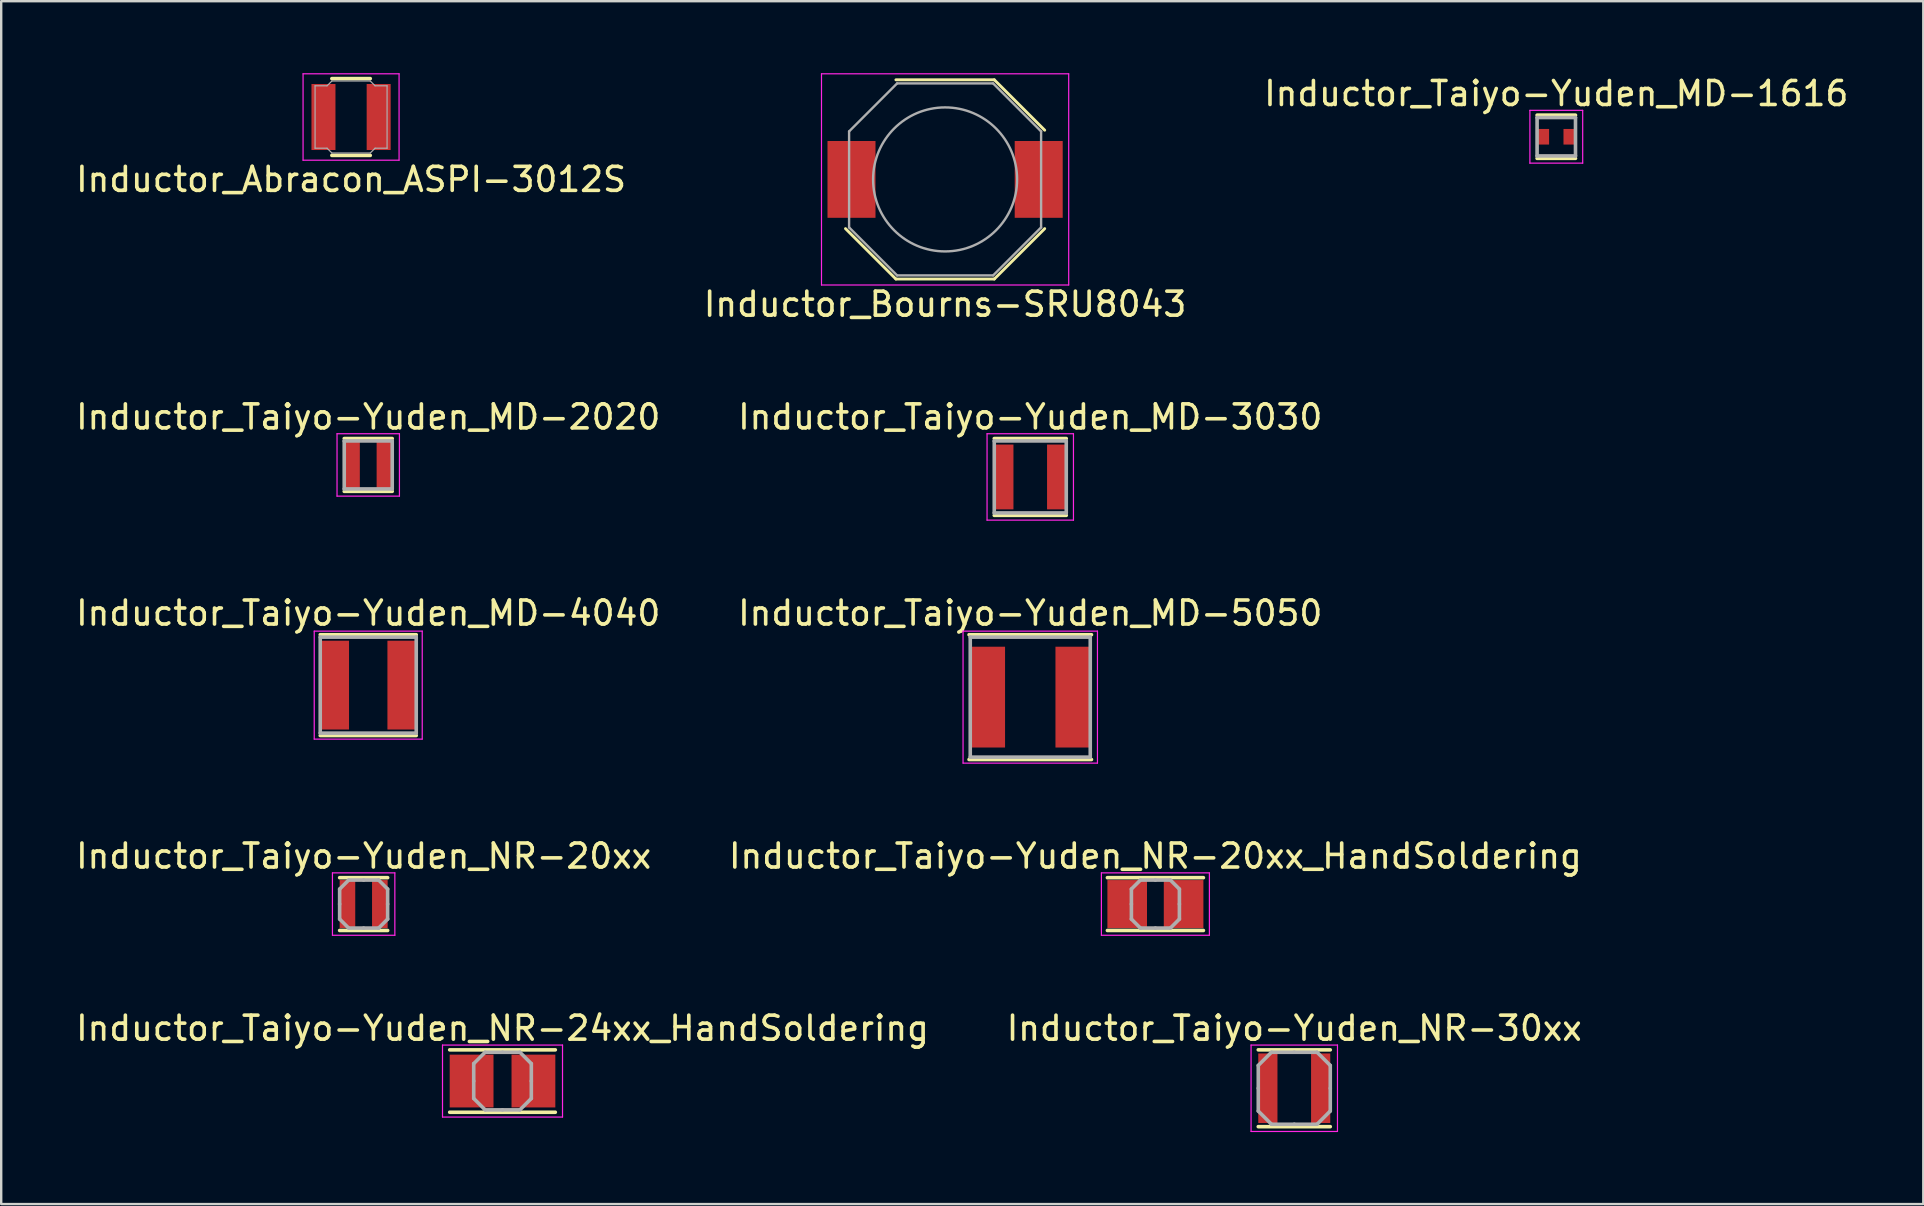
<source format=kicad_pcb>
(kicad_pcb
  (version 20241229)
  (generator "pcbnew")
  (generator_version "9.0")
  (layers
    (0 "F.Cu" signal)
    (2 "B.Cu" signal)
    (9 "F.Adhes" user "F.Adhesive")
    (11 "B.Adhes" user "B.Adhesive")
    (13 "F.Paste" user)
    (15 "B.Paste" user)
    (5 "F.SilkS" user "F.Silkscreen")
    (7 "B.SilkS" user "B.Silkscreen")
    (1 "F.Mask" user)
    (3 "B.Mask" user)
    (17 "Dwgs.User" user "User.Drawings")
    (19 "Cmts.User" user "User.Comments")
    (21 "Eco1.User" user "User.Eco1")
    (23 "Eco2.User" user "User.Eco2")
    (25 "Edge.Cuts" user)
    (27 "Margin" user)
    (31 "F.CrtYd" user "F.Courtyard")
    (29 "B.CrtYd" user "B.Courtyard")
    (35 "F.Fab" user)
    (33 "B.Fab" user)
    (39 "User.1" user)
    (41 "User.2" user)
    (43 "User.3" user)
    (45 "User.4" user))
  (footprint "Inductor_Taiyo-Yuden_MD-2020"
    (layer "F.Cu")
    (at 12.292 16.322)
    (property "Reference" "Inductor_Taiyo-Yuden_MD-2020" (at 0 -2 0) (layer "F.SilkS") (effects (font (size 1 1) (thickness 0.15))))
    (attr smd)
    (fp_line (start -1 -1.1) (end 1 -1.1) (stroke (width 0.15) (type solid)) (layer "F.SilkS"))
    (fp_line (start -1 1.1) (end 1 1.1) (stroke (width 0.15) (type solid)) (layer "F.SilkS"))
    (fp_line (start -1.3 -1.3) (end -1.3 1.3) (stroke (width 0.05) (type solid)) (layer "F.CrtYd"))
    (fp_line (start -1.3 1.3) (end 1.3 1.3) (stroke (width 0.05) (type solid)) (layer "F.CrtYd"))
    (fp_line (start 1.3 -1.3) (end -1.3 -1.3) (stroke (width 0.05) (type solid)) (layer "F.CrtYd"))
    (fp_line (start 1.3 1.3) (end 1.3 -1.3) (stroke (width 0.05) (type solid)) (layer "F.CrtYd"))
    (fp_line (start -1 -1) (end -1 1) (stroke (width 0.15) (type solid)) (layer "F.Fab"))
    (fp_line (start -1 1) (end 1 1) (stroke (width 0.15) (type solid)) (layer "F.Fab"))
    (fp_line (start 1 -1) (end -1 -1) (stroke (width 0.15) (type solid)) (layer "F.Fab"))
    (fp_line (start 1 1) (end 1 -1) (stroke (width 0.15) (type solid)) (layer "F.Fab"))
    (pad "1" smd rect (at -0.675 0) (size 0.65 2) (layers "F.Cu" "F.Mask" "F.Paste"))
    (pad "2" smd rect (at 0.675 0) (size 0.65 2) (layers "F.Cu" "F.Mask" "F.Paste")))
  (footprint "Inductor_Taiyo-Yuden_MD-4040"
    (layer "F.Cu")
    (at 12.292 25.495)
    (property "Reference" "Inductor_Taiyo-Yuden_MD-4040" (at 0 -3 0) (layer "F.SilkS") (effects (font (size 1 1) (thickness 0.15))))
    (attr smd)
    (fp_line (start -2 -2.1) (end 2 -2.1) (stroke (width 0.15) (type solid)) (layer "F.SilkS"))
    (fp_line (start -2 2.1) (end 2 2.1) (stroke (width 0.15) (type solid)) (layer "F.SilkS"))
    (fp_line (start -2.25 -2.25) (end -2.25 2.25) (stroke (width 0.05) (type solid)) (layer "F.CrtYd"))
    (fp_line (start -2.25 2.25) (end 2.25 2.25) (stroke (width 0.05) (type solid)) (layer "F.CrtYd"))
    (fp_line (start 2.25 -2.25) (end -2.25 -2.25) (stroke (width 0.05) (type solid)) (layer "F.CrtYd"))
    (fp_line (start 2.25 2.25) (end 2.25 -2.25) (stroke (width 0.05) (type solid)) (layer "F.CrtYd"))
    (fp_line (start -2 -2) (end -2 2) (stroke (width 0.15) (type solid)) (layer "F.Fab"))
    (fp_line (start -2 2) (end 2 2) (stroke (width 0.15) (type solid)) (layer "F.Fab"))
    (fp_line (start 2 -2) (end -2 -2) (stroke (width 0.15) (type solid)) (layer "F.Fab"))
    (fp_line (start 2 2) (end 2 -2) (stroke (width 0.15) (type solid)) (layer "F.Fab"))
    (pad "1" smd rect (at -1.4 0) (size 1.2 3.7) (layers "F.Cu" "F.Mask" "F.Paste"))
    (pad "2" smd rect (at 1.4 0) (size 1.2 3.7) (layers "F.Cu" "F.Mask" "F.Paste")))
  (footprint "Inductor_Taiyo-Yuden_NR-20xx_HandSoldering"
    (layer "F.Cu")
    (at 45.089 34.618)
    (property "Reference" "Inductor_Taiyo-Yuden_NR-20xx_HandSoldering" (at 0 -2 0) (layer "F.SilkS") (effects (font (size 1 1) (thickness 0.15))))
    (attr smd)
    (fp_line (start -2 -1.1) (end 2 -1.1) (stroke (width 0.15) (type solid)) (layer "F.SilkS"))
    (fp_line (start -2 1.1) (end 2 1.1) (stroke (width 0.15) (type solid)) (layer "F.SilkS"))
    (fp_line (start -2.25 -1.3) (end -2.25 1.3) (stroke (width 0.05) (type solid)) (layer "F.CrtYd"))
    (fp_line (start -2.25 1.3) (end 2.25 1.3) (stroke (width 0.05) (type solid)) (layer "F.CrtYd"))
    (fp_line (start 2.25 -1.3) (end -2.25 -1.3) (stroke (width 0.05) (type solid)) (layer "F.CrtYd"))
    (fp_line (start 2.25 1.3) (end 2.25 -1.3) (stroke (width 0.05) (type solid)) (layer "F.CrtYd"))
    (fp_line (start -1 -0.625) (end -0.625 -1) (stroke (width 0.15) (type solid)) (layer "F.Fab"))
    (fp_line (start -1 0) (end -1 -0.625) (stroke (width 0.15) (type solid)) (layer "F.Fab"))
    (fp_line (start -1 0) (end -1 0.625) (stroke (width 0.15) (type solid)) (layer "F.Fab"))
    (fp_line (start -1 0.625) (end -0.625 1) (stroke (width 0.15) (type solid)) (layer "F.Fab"))
    (fp_line (start -0.625 -1) (end 0 -1) (stroke (width 0.15) (type solid)) (layer "F.Fab"))
    (fp_line (start -0.625 1) (end 0 1) (stroke (width 0.15) (type solid)) (layer "F.Fab"))
    (fp_line (start 0.625 -1) (end 0 -1) (stroke (width 0.15) (type solid)) (layer "F.Fab"))
    (fp_line (start 0.625 1) (end 0 1) (stroke (width 0.15) (type solid)) (layer "F.Fab"))
    (fp_line (start 1 -0.625) (end 0.625 -1) (stroke (width 0.15) (type solid)) (layer "F.Fab"))
    (fp_line (start 1 0) (end 1 -0.625) (stroke (width 0.15) (type solid)) (layer "F.Fab"))
    (fp_line (start 1 0) (end 1 0.625) (stroke (width 0.15) (type solid)) (layer "F.Fab"))
    (fp_line (start 1 0.625) (end 0.625 1) (stroke (width 0.15) (type solid)) (layer "F.Fab"))
    (pad "1" smd rect (at -1.175 0) (size 1.65 2) (layers "F.Cu" "F.Mask" "F.Paste"))
    (pad "2" smd rect (at 1.175 0) (size 1.65 2) (layers "F.Cu" "F.Mask" "F.Paste")))
  (footprint "Inductor_Bourns-SRU8043"
    (layer "F.Cu")
    (at 36.327 4.425)
    (property "Reference" "Inductor_Bourns-SRU8043" (at 0 5.2 0) (layer "F.SilkS") (effects (font (size 1 1) (thickness 0.15))))
    (attr smd)
    (fp_line (start -2.05 -4.15) (end 2.05 -4.15) (stroke (width 0.12) (type solid)) (layer "F.SilkS"))
    (fp_line (start -2.05 4.15) (end -4.15 2.05) (stroke (width 0.12) (type solid)) (layer "F.SilkS"))
    (fp_line (start 2.05 -4.15) (end 4.15 -2.05) (stroke (width 0.12) (type solid)) (layer "F.SilkS"))
    (fp_line (start 2.05 4.15) (end -2.05 4.15) (stroke (width 0.12) (type solid)) (layer "F.SilkS"))
    (fp_line (start 2.05 4.15) (end 4.15 2.05) (stroke (width 0.12) (type solid)) (layer "F.SilkS"))
    (fp_line (start -5.15 -4.4) (end 5.15 -4.4) (stroke (width 0.05) (type solid)) (layer "F.CrtYd"))
    (fp_line (start -5.15 4.4) (end -5.15 -4.4) (stroke (width 0.05) (type solid)) (layer "F.CrtYd"))
    (fp_line (start 5.15 -4.4) (end 5.15 4.4) (stroke (width 0.05) (type solid)) (layer "F.CrtYd"))
    (fp_line (start 5.15 4.4) (end -5.15 4.4) (stroke (width 0.05) (type solid)) (layer "F.CrtYd"))
    (fp_line (start -4 -2) (end -2 -4) (stroke (width 0.1) (type solid)) (layer "F.Fab"))
    (fp_line (start -4 2) (end -4 -2) (stroke (width 0.1) (type solid)) (layer "F.Fab"))
    (fp_line (start -2 -4) (end 2 -4) (stroke (width 0.1) (type solid)) (layer "F.Fab"))
    (fp_line (start -2 4) (end -4 2) (stroke (width 0.1) (type solid)) (layer "F.Fab"))
    (fp_line (start 2 -4) (end 4 -2) (stroke (width 0.1) (type solid)) (layer "F.Fab"))
    (fp_line (start 2 4) (end -2 4) (stroke (width 0.1) (type solid)) (layer "F.Fab"))
    (fp_line (start 4 -2) (end 4 2) (stroke (width 0.1) (type solid)) (layer "F.Fab"))
    (fp_line (start 4 2) (end 2 4) (stroke (width 0.1) (type solid)) (layer "F.Fab"))
    (fp_circle (center 0 0) (end 0 -3) (stroke (width 0.1) (type solid)) (fill no) (layer "F.Fab"))
    (pad "1" smd rect (at -3.9 0) (size 2 3.2) (layers "F.Cu" "F.Mask" "F.Paste"))
    (pad "2" smd rect (at 3.9 0) (size 2 3.2) (layers "F.Cu" "F.Mask" "F.Paste")))
  (footprint "Inductor_Taiyo-Yuden_MD-3030"
    (layer "F.Cu")
    (at 39.875 16.822)
    (property "Reference" "Inductor_Taiyo-Yuden_MD-3030" (at 0 -2.5 0) (layer "F.SilkS") (effects (font (size 1 1) (thickness 0.15))))
    (attr smd)
    (fp_line (start -1.5 -1.6) (end 1.5 -1.6) (stroke (width 0.15) (type solid)) (layer "F.SilkS"))
    (fp_line (start -1.5 1.6) (end 1.5 1.6) (stroke (width 0.15) (type solid)) (layer "F.SilkS"))
    (fp_line (start -1.8 -1.8) (end -1.8 1.8) (stroke (width 0.05) (type solid)) (layer "F.CrtYd"))
    (fp_line (start -1.8 1.8) (end 1.8 1.8) (stroke (width 0.05) (type solid)) (layer "F.CrtYd"))
    (fp_line (start 1.8 -1.8) (end -1.8 -1.8) (stroke (width 0.05) (type solid)) (layer "F.CrtYd"))
    (fp_line (start 1.8 1.8) (end 1.8 -1.8) (stroke (width 0.05) (type solid)) (layer "F.CrtYd"))
    (fp_line (start -1.5 -1.5) (end -1.5 1.5) (stroke (width 0.15) (type solid)) (layer "F.Fab"))
    (fp_line (start -1.5 1.5) (end 1.5 1.5) (stroke (width 0.15) (type solid)) (layer "F.Fab"))
    (fp_line (start 1.5 -1.5) (end -1.5 -1.5) (stroke (width 0.15) (type solid)) (layer "F.Fab"))
    (fp_line (start 1.5 1.5) (end 1.5 -1.5) (stroke (width 0.15) (type solid)) (layer "F.Fab"))
    (pad "1" smd rect (at -1.1 0) (size 0.8 2.7) (layers "F.Cu" "F.Mask" "F.Paste"))
    (pad "2" smd rect (at 1.1 0) (size 0.8 2.7) (layers "F.Cu" "F.Mask" "F.Paste")))
  (footprint "Inductor_Taiyo-Yuden_NR-24xx_HandSoldering"
    (layer "F.Cu")
    (at 17.887 41.991)
    (property "Reference" "Inductor_Taiyo-Yuden_NR-24xx_HandSoldering" (at 0 -2.2 0) (layer "F.SilkS") (effects (font (size 1 1) (thickness 0.15))))
    (attr smd)
    (fp_line (start -2.2 -1.3) (end 2.2 -1.3) (stroke (width 0.15) (type solid)) (layer "F.SilkS"))
    (fp_line (start -2.2 1.3) (end 2.2 1.3) (stroke (width 0.15) (type solid)) (layer "F.SilkS"))
    (fp_line (start -2.5 -1.5) (end -2.5 1.5) (stroke (width 0.05) (type solid)) (layer "F.CrtYd"))
    (fp_line (start -2.5 1.5) (end 2.5 1.5) (stroke (width 0.05) (type solid)) (layer "F.CrtYd"))
    (fp_line (start 2.5 -1.5) (end -2.5 -1.5) (stroke (width 0.05) (type solid)) (layer "F.CrtYd"))
    (fp_line (start 2.5 1.5) (end 2.5 -1.5) (stroke (width 0.05) (type solid)) (layer "F.CrtYd"))
    (fp_line (start -1.2 -0.725) (end -0.725 -1.2) (stroke (width 0.15) (type solid)) (layer "F.Fab"))
    (fp_line (start -1.2 0) (end -1.2 -0.725) (stroke (width 0.15) (type solid)) (layer "F.Fab"))
    (fp_line (start -1.2 0) (end -1.2 0.725) (stroke (width 0.15) (type solid)) (layer "F.Fab"))
    (fp_line (start -1.2 0.725) (end -0.725 1.2) (stroke (width 0.15) (type solid)) (layer "F.Fab"))
    (fp_line (start -0.725 -1.2) (end 0 -1.2) (stroke (width 0.15) (type solid)) (layer "F.Fab"))
    (fp_line (start -0.725 1.2) (end 0 1.2) (stroke (width 0.15) (type solid)) (layer "F.Fab"))
    (fp_line (start 0.725 -1.2) (end 0 -1.2) (stroke (width 0.15) (type solid)) (layer "F.Fab"))
    (fp_line (start 0.725 1.2) (end 0 1.2) (stroke (width 0.15) (type solid)) (layer "F.Fab"))
    (fp_line (start 1.2 -0.725) (end 0.725 -1.2) (stroke (width 0.15) (type solid)) (layer "F.Fab"))
    (fp_line (start 1.2 0) (end 1.2 -0.725) (stroke (width 0.15) (type solid)) (layer "F.Fab"))
    (fp_line (start 1.2 0) (end 1.2 0.725) (stroke (width 0.15) (type solid)) (layer "F.Fab"))
    (fp_line (start 1.2 0.725) (end 0.725 1.2) (stroke (width 0.15) (type solid)) (layer "F.Fab"))
    (pad "1" smd rect (at -1.288 0) (size 1.825 2.2) (layers "F.Cu" "F.Mask" "F.Paste"))
    (pad "2" smd rect (at 1.288 0) (size 1.825 2.2) (layers "F.Cu" "F.Mask" "F.Paste")))
  (footprint "Inductor_Taiyo-Yuden_NR-20xx"
    (layer "F.Cu")
    (at 12.101 34.618)
    (property "Reference" "Inductor_Taiyo-Yuden_NR-20xx" (at 0 -2 0) (layer "F.SilkS") (effects (font (size 1 1) (thickness 0.15))))
    (attr smd)
    (fp_line (start -1 -1.1) (end 1 -1.1) (stroke (width 0.15) (type solid)) (layer "F.SilkS"))
    (fp_line (start -1 1.1) (end 1 1.1) (stroke (width 0.15) (type solid)) (layer "F.SilkS"))
    (fp_line (start -1.3 -1.3) (end -1.3 1.3) (stroke (width 0.05) (type solid)) (layer "F.CrtYd"))
    (fp_line (start -1.3 1.3) (end 1.3 1.3) (stroke (width 0.05) (type solid)) (layer "F.CrtYd"))
    (fp_line (start 1.3 -1.3) (end -1.3 -1.3) (stroke (width 0.05) (type solid)) (layer "F.CrtYd"))
    (fp_line (start 1.3 1.3) (end 1.3 -1.3) (stroke (width 0.05) (type solid)) (layer "F.CrtYd"))
    (fp_line (start -1 -0.625) (end -0.625 -1) (stroke (width 0.15) (type solid)) (layer "F.Fab"))
    (fp_line (start -1 0) (end -1 -0.625) (stroke (width 0.15) (type solid)) (layer "F.Fab"))
    (fp_line (start -1 0) (end -1 0.625) (stroke (width 0.15) (type solid)) (layer "F.Fab"))
    (fp_line (start -1 0.625) (end -0.625 1) (stroke (width 0.15) (type solid)) (layer "F.Fab"))
    (fp_line (start -0.625 -1) (end 0 -1) (stroke (width 0.15) (type solid)) (layer "F.Fab"))
    (fp_line (start -0.625 1) (end 0 1) (stroke (width 0.15) (type solid)) (layer "F.Fab"))
    (fp_line (start 0.625 -1) (end 0 -1) (stroke (width 0.15) (type solid)) (layer "F.Fab"))
    (fp_line (start 0.625 1) (end 0 1) (stroke (width 0.15) (type solid)) (layer "F.Fab"))
    (fp_line (start 1 -0.625) (end 0.625 -1) (stroke (width 0.15) (type solid)) (layer "F.Fab"))
    (fp_line (start 1 0) (end 1 -0.625) (stroke (width 0.15) (type solid)) (layer "F.Fab"))
    (fp_line (start 1 0) (end 1 0.625) (stroke (width 0.15) (type solid)) (layer "F.Fab"))
    (fp_line (start 1 0.625) (end 0.625 1) (stroke (width 0.15) (type solid)) (layer "F.Fab"))
    (pad "1" smd rect (at -0.675 0) (size 0.65 2) (layers "F.Cu" "F.Mask" "F.Paste"))
    (pad "2" smd rect (at 0.675 0) (size 0.65 2) (layers "F.Cu" "F.Mask" "F.Paste")))
  (footprint "Inductor_Abracon_ASPI-3012S"
    (layer "F.Cu")
    (at 11.577 1.825)
    (property "Reference" "Inductor_Abracon_ASPI-3012S" (at 0 2.6 0) (layer "F.SilkS") (effects (font (size 1 1) (thickness 0.15))))
    (attr smd)
    (fp_line (start -0.8 -1.6) (end 0.8 -1.6) (stroke (width 0.15) (type solid)) (layer "F.SilkS"))
    (fp_line (start -0.8 1.6) (end 0.8 1.6) (stroke (width 0.15) (type solid)) (layer "F.SilkS"))
    (fp_line (start -2 -1.8) (end -2 1.8) (stroke (width 0.05) (type solid)) (layer "F.CrtYd"))
    (fp_line (start -2 1.8) (end 2 1.8) (stroke (width 0.05) (type solid)) (layer "F.CrtYd"))
    (fp_line (start 2 -1.8) (end -2 -1.8) (stroke (width 0.05) (type solid)) (layer "F.CrtYd"))
    (fp_line (start 2 1.8) (end 2 -1.8) (stroke (width 0.05) (type solid)) (layer "F.CrtYd"))
    (fp_line (start -1.5 -1.3) (end -1.5 1.3) (stroke (width 0.05) (type solid)) (layer "F.Fab"))
    (fp_line (start -1.5 1.3) (end -1 1.3) (stroke (width 0.05) (type solid)) (layer "F.Fab"))
    (fp_line (start -1 -1.3) (end -1.5 -1.3) (stroke (width 0.05) (type solid)) (layer "F.Fab"))
    (fp_line (start -1 1.3) (end -0.8 1.5) (stroke (width 0.05) (type solid)) (layer "F.Fab"))
    (fp_line (start -0.8 -1.5) (end -1 -1.3) (stroke (width 0.05) (type solid)) (layer "F.Fab"))
    (fp_line (start -0.8 1.5) (end 0.8 1.5) (stroke (width 0.05) (type solid)) (layer "F.Fab"))
    (fp_line (start 0.8 -1.5) (end -0.8 -1.5) (stroke (width 0.05) (type solid)) (layer "F.Fab"))
    (fp_line (start 0.8 1.5) (end 1 1.3) (stroke (width 0.05) (type solid)) (layer "F.Fab"))
    (fp_line (start 1 -1.3) (end 0.8 -1.5) (stroke (width 0.05) (type solid)) (layer "F.Fab"))
    (fp_line (start 1 1.3) (end 1.5 1.3) (stroke (width 0.05) (type solid)) (layer "F.Fab"))
    (fp_line (start 1.5 -1.3) (end 1 -1.3) (stroke (width 0.05) (type solid)) (layer "F.Fab"))
    (fp_line (start 1.5 1.3) (end 1.5 -1.3) (stroke (width 0.05) (type solid)) (layer "F.Fab"))
    (pad "1" smd rect (at -1.15 0) (size 1 2.75) (layers "F.Cu" "F.Mask" "F.Paste"))
    (pad "2" smd rect (at 1.15 0) (size 1 2.75) (layers "F.Cu" "F.Mask" "F.Paste")))
  (footprint "Inductor_Taiyo-Yuden_MD-5050"
    (layer "F.Cu")
    (at 39.875 25.995)
    (property "Reference" "Inductor_Taiyo-Yuden_MD-5050" (at 0 -3.5 0) (layer "F.SilkS") (effects (font (size 1 1) (thickness 0.15))))
    (attr smd)
    (fp_line (start -2.55 -2.6) (end 2.55 -2.6) (stroke (width 0.15) (type solid)) (layer "F.SilkS"))
    (fp_line (start -2.55 2.6) (end 2.55 2.6) (stroke (width 0.15) (type solid)) (layer "F.SilkS"))
    (fp_line (start -2.8 -2.75) (end -2.8 2.75) (stroke (width 0.05) (type solid)) (layer "F.CrtYd"))
    (fp_line (start -2.8 2.75) (end 2.8 2.75) (stroke (width 0.05) (type solid)) (layer "F.CrtYd"))
    (fp_line (start 2.8 -2.75) (end -2.8 -2.75) (stroke (width 0.05) (type solid)) (layer "F.CrtYd"))
    (fp_line (start 2.8 2.75) (end 2.8 -2.75) (stroke (width 0.05) (type solid)) (layer "F.CrtYd"))
    (fp_line (start -2.5 -2.5) (end -2.5 2.5) (stroke (width 0.15) (type solid)) (layer "F.Fab"))
    (fp_line (start -2.5 2.5) (end 2.5 2.5) (stroke (width 0.15) (type solid)) (layer "F.Fab"))
    (fp_line (start 2.5 -2.5) (end -2.5 -2.5) (stroke (width 0.15) (type solid)) (layer "F.Fab"))
    (fp_line (start 2.5 2.5) (end 2.5 -2.5) (stroke (width 0.15) (type solid)) (layer "F.Fab"))
    (pad "1" smd rect (at -1.8 0) (size 1.5 4.2) (layers "F.Cu" "F.Mask" "F.Paste"))
    (pad "2" smd rect (at 1.8 0) (size 1.5 4.2) (layers "F.Cu" "F.Mask" "F.Paste")))
  (footprint "Inductor_Taiyo-Yuden_NR-30xx"
    (layer "F.Cu")
    (at 50.875 42.291)
    (property "Reference" "Inductor_Taiyo-Yuden_NR-30xx" (at 0 -2.5 0) (layer "F.SilkS") (effects (font (size 1 1) (thickness 0.15))))
    (attr smd)
    (fp_line (start -1.5 -1.6) (end 1.5 -1.6) (stroke (width 0.15) (type solid)) (layer "F.SilkS"))
    (fp_line (start -1.5 1.6) (end 1.5 1.6) (stroke (width 0.15) (type solid)) (layer "F.SilkS"))
    (fp_line (start -1.8 -1.8) (end -1.8 1.8) (stroke (width 0.05) (type solid)) (layer "F.CrtYd"))
    (fp_line (start -1.8 1.8) (end 1.8 1.8) (stroke (width 0.05) (type solid)) (layer "F.CrtYd"))
    (fp_line (start 1.8 -1.8) (end -1.8 -1.8) (stroke (width 0.05) (type solid)) (layer "F.CrtYd"))
    (fp_line (start 1.8 1.8) (end 1.8 -1.8) (stroke (width 0.05) (type solid)) (layer "F.CrtYd"))
    (fp_line (start -1.5 -0.95) (end -0.95 -1.5) (stroke (width 0.15) (type solid)) (layer "F.Fab"))
    (fp_line (start -1.5 0) (end -1.5 -0.95) (stroke (width 0.15) (type solid)) (layer "F.Fab"))
    (fp_line (start -1.5 0) (end -1.5 0.95) (stroke (width 0.15) (type solid)) (layer "F.Fab"))
    (fp_line (start -1.5 0.95) (end -0.95 1.5) (stroke (width 0.15) (type solid)) (layer "F.Fab"))
    (fp_line (start -0.95 -1.5) (end 0 -1.5) (stroke (width 0.15) (type solid)) (layer "F.Fab"))
    (fp_line (start -0.95 1.5) (end 0 1.5) (stroke (width 0.15) (type solid)) (layer "F.Fab"))
    (fp_line (start 0.95 -1.5) (end 0 -1.5) (stroke (width 0.15) (type solid)) (layer "F.Fab"))
    (fp_line (start 0.95 1.5) (end 0 1.5) (stroke (width 0.15) (type solid)) (layer "F.Fab"))
    (fp_line (start 1.5 -0.95) (end 0.95 -1.5) (stroke (width 0.15) (type solid)) (layer "F.Fab"))
    (fp_line (start 1.5 0) (end 1.5 -0.95) (stroke (width 0.15) (type solid)) (layer "F.Fab"))
    (fp_line (start 1.5 0) (end 1.5 0.95) (stroke (width 0.15) (type solid)) (layer "F.Fab"))
    (fp_line (start 1.5 0.95) (end 0.95 1.5) (stroke (width 0.15) (type solid)) (layer "F.Fab"))
    (pad "1" smd rect (at -1.1 0) (size 0.8 2.9) (layers "F.Cu" "F.Mask" "F.Paste"))
    (pad "2" smd rect (at 1.1 0) (size 0.8 2.9) (layers "F.Cu" "F.Mask" "F.Paste")))
  (footprint "Inductor_Taiyo-Yuden_MD-1616"
    (layer "F.Cu")
    (at 61.792 2.648)
    (property "Reference" "Inductor_Taiyo-Yuden_MD-1616" (at 0 -1.8 0) (layer "F.SilkS") (effects (font (size 1 1) (thickness 0.15))))
    (attr smd)
    (fp_line (start -0.8 -0.9) (end 0.8 -0.9) (stroke (width 0.15) (type solid)) (layer "F.SilkS"))
    (fp_line (start -0.8 0.9) (end 0.8 0.9) (stroke (width 0.15) (type solid)) (layer "F.SilkS"))
    (fp_line (start -1.1 -1.1) (end -1.1 1.1) (stroke (width 0.05) (type solid)) (layer "F.CrtYd"))
    (fp_line (start -1.1 1.1) (end 1.1 1.1) (stroke (width 0.05) (type solid)) (layer "F.CrtYd"))
    (fp_line (start 1.1 -1.1) (end -1.1 -1.1) (stroke (width 0.05) (type solid)) (layer "F.CrtYd"))
    (fp_line (start 1.1 1.1) (end 1.1 -1.1) (stroke (width 0.05) (type solid)) (layer "F.CrtYd"))
    (fp_line (start -0.8 -0.8) (end -0.8 0.8) (stroke (width 0.15) (type solid)) (layer "F.Fab"))
    (fp_line (start -0.8 0.8) (end 0.8 0.8) (stroke (width 0.15) (type solid)) (layer "F.Fab"))
    (fp_line (start 0.8 -0.8) (end -0.8 -0.8) (stroke (width 0.15) (type solid)) (layer "F.Fab"))
    (fp_line (start 0.8 0.8) (end 0.8 -0.8) (stroke (width 0.15) (type solid)) (layer "F.Fab"))
    (pad "1" smd rect (at -0.55 0) (size 0.5 0.65) (layers "F.Cu" "F.Mask" "F.Paste"))
    (pad "2" smd rect (at 0.55 0) (size 0.5 0.65) (layers "F.Cu" "F.Mask" "F.Paste")))
  (gr_rect
    (start -3 -3)
    (end 77.083 47.116)
    (stroke (width 0.1) (type default))
    (fill no)
    (layer "Edge.Cuts")))
</source>
